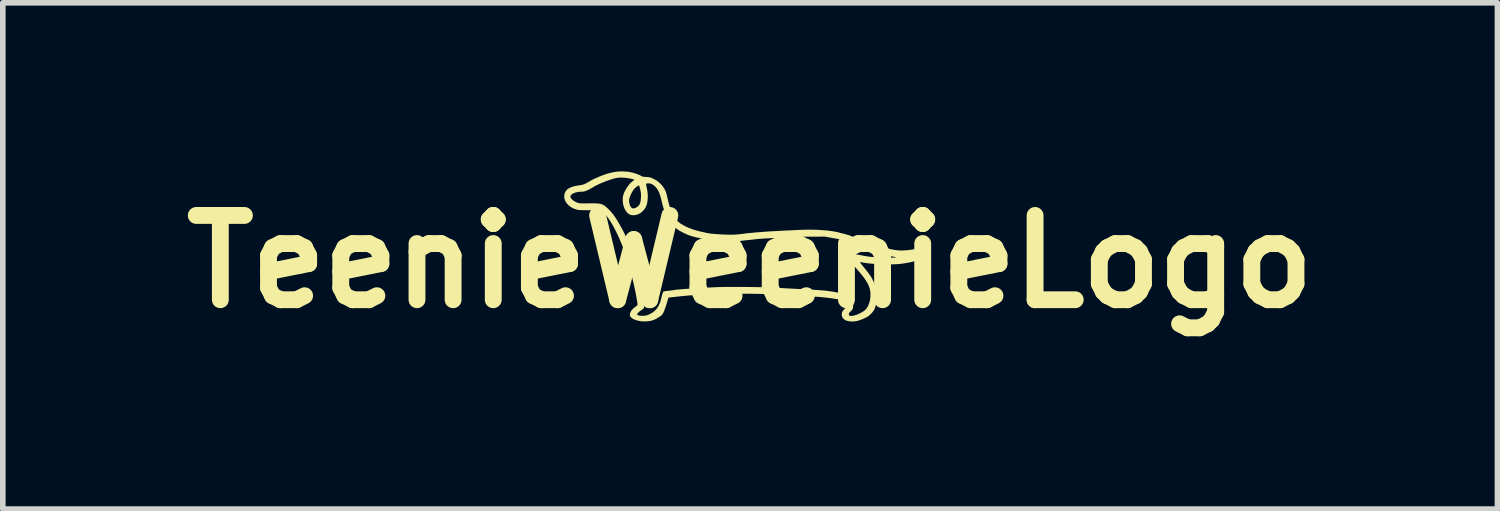
<source format=kicad_pcb>
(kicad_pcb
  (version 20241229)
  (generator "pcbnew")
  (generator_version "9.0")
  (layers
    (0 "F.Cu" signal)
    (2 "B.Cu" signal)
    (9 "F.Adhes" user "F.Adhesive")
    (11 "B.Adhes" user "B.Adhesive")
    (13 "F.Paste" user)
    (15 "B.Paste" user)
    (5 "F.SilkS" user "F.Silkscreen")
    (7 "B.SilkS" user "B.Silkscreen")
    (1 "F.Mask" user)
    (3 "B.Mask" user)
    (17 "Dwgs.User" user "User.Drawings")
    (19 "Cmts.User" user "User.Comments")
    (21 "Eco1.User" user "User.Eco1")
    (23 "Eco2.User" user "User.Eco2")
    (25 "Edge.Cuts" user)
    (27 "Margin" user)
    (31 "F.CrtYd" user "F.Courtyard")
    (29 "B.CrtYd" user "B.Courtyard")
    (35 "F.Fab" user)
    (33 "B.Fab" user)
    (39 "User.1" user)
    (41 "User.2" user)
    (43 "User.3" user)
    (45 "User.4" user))
  (footprint "TeenieWeenieLogo"
    (layer "F.Cu")
    (at 10.3 1.606)
    (property "Reference" "TeenieWeenieLogo" (at 0 0 0) (layer "F.SilkS") (effects (font (size 1.5 1.5) (thickness 0.3))))
    (attr board_only exclude_from_pos_files exclude_from_bom)
    (fp_poly (pts (xy -2.189 -1.601) (xy -2.186 -1.601) (xy -2.141 -1.594) (xy -2.093 -1.583) (xy -2.045 -1.569) (xy -2.001 -1.554) (xy -1.964 -1.539) (xy -1.943 -1.527) (xy -1.928 -1.518) (xy -1.912 -1.513) (xy -1.89 -1.509) (xy -1.859 -1.507) (xy -1.848 -1.506) (xy -1.814 -1.504) (xy -1.789 -1.5) (xy -1.766 -1.494) (xy -1.74 -1.483) (xy -1.718 -1.473) (xy -1.678 -1.451) (xy -1.643 -1.427) (xy -1.606 -1.395) (xy -1.599 -1.389) (xy -1.553 -1.338) (xy -1.519 -1.285) (xy -1.494 -1.226) (xy -1.483 -1.184) (xy -1.468 -1.117) (xy -1.454 -1.062) (xy -1.442 -1.016) (xy -1.43 -0.976) (xy -1.418 -0.94) (xy -1.404 -0.905) (xy -1.388 -0.868) (xy -1.37 -0.83) (xy -1.352 -0.795) (xy -1.335 -0.768) (xy -1.316 -0.744) (xy -1.29 -0.719) (xy -1.288 -0.717) (xy -1.234 -0.674) (xy -1.167 -0.635) (xy -1.089 -0.599) (xy -1.001 -0.567) (xy -0.904 -0.54) (xy -0.861 -0.53) (xy -0.831 -0.524) (xy -0.803 -0.517) (xy -0.783 -0.512) (xy -0.782 -0.512) (xy -0.749 -0.506) (xy -0.705 -0.499) (xy -0.651 -0.494) (xy -0.591 -0.489) (xy -0.527 -0.485) (xy -0.462 -0.482) (xy -0.398 -0.48) (xy -0.338 -0.479) (xy -0.284 -0.48) (xy -0.24 -0.483) (xy -0.235 -0.483) (xy -0.199 -0.487) (xy -0.166 -0.49) (xy -0.14 -0.493) (xy -0.125 -0.495) (xy -0.124 -0.495) (xy -0.091 -0.5) (xy -0.045 -0.506) (xy 0.011 -0.511) (xy 0.076 -0.517) (xy 0.148 -0.523) (xy 0.224 -0.529) (xy 0.304 -0.535) (xy 0.385 -0.54) (xy 0.465 -0.544) (xy 0.537 -0.548) (xy 0.593 -0.551) (xy 0.652 -0.554) (xy 0.709 -0.556) (xy 0.761 -0.559) (xy 0.804 -0.561) (xy 0.814 -0.562) (xy 0.938 -0.567) (xy 1.058 -0.569) (xy 1.174 -0.567) (xy 1.282 -0.561) (xy 1.382 -0.552) (xy 1.473 -0.54) (xy 1.552 -0.525) (xy 1.586 -0.516) (xy 1.615 -0.508) (xy 1.649 -0.5) (xy 1.673 -0.494) (xy 1.697 -0.488) (xy 1.732 -0.477) (xy 1.776 -0.462) (xy 1.827 -0.444) (xy 1.881 -0.425) (xy 1.938 -0.404) (xy 1.994 -0.382) (xy 2.047 -0.361) (xy 2.096 -0.342) (xy 2.13 -0.327) (xy 2.159 -0.316) (xy 2.2 -0.303) (xy 2.249 -0.288) (xy 2.303 -0.272) (xy 2.36 -0.257) (xy 2.418 -0.242) (xy 2.473 -0.228) (xy 2.523 -0.217) (xy 2.565 -0.209) (xy 2.577 -0.207) (xy 2.651 -0.199) (xy 2.733 -0.199) (xy 2.819 -0.205) (xy 2.906 -0.218) (xy 2.94 -0.225) (xy 2.993 -0.235) (xy 3.036 -0.239) (xy 3.069 -0.238) (xy 3.087 -0.233) (xy 3.103 -0.219) (xy 3.12 -0.196) (xy 3.132 -0.172) (xy 3.137 -0.15) (xy 3.131 -0.122) (xy 3.114 -0.094) (xy 3.091 -0.072) (xy 3.052 -0.051) (xy 3.001 -0.03) (xy 2.939 -0.011) (xy 2.868 0.007) (xy 2.791 0.023) (xy 2.707 0.036) (xy 2.678 0.04) (xy 2.618 0.045) (xy 2.549 0.048) (xy 2.473 0.049) (xy 2.393 0.049) (xy 2.312 0.046) (xy 2.232 0.042) (xy 2.155 0.036) (xy 2.085 0.029) (xy 2.024 0.02) (xy 1.974 0.01) (xy 1.972 0.01) (xy 1.961 0.008) (xy 1.958 0.011) (xy 1.961 0.02) (xy 1.973 0.036) (xy 1.993 0.062) (xy 2.038 0.118) (xy 2.076 0.165) (xy 2.106 0.205) (xy 2.131 0.24) (xy 2.152 0.272) (xy 2.17 0.302) (xy 2.185 0.332) (xy 2.201 0.365) (xy 2.208 0.381) (xy 2.226 0.426) (xy 2.239 0.464) (xy 2.247 0.503) (xy 2.25 0.525) (xy 2.254 0.556) (xy 2.256 0.582) (xy 2.257 0.607) (xy 2.256 0.635) (xy 2.252 0.668) (xy 2.247 0.71) (xy 2.244 0.733) (xy 2.234 0.787) (xy 2.22 0.831) (xy 2.201 0.869) (xy 2.173 0.905) (xy 2.151 0.929) (xy 2.127 0.953) (xy 2.103 0.972) (xy 2.075 0.989) (xy 2.038 1.007) (xy 2.033 1.009) (xy 1.972 1.035) (xy 1.918 1.053) (xy 1.868 1.063) (xy 1.817 1.066) (xy 1.794 1.065) (xy 1.74 1.058) (xy 1.696 1.043) (xy 1.662 1.019) (xy 1.64 0.989) (xy 1.63 0.953) (xy 1.632 0.913) (xy 1.641 0.89) (xy 1.662 0.862) (xy 1.676 0.846) (xy 1.714 0.806) (xy 1.714 0.759) (xy 1.714 0.732) (xy 1.711 0.717) (xy 1.705 0.708) (xy 1.701 0.705) (xy 1.68 0.697) (xy 1.647 0.688) (xy 1.604 0.679) (xy 1.553 0.669) (xy 1.496 0.66) (xy 1.435 0.651) (xy 1.371 0.643) (xy 1.308 0.636) (xy 1.246 0.63) (xy 1.189 0.626) (xy 1.184 0.626) (xy 1.132 0.623) (xy 1.072 0.619) (xy 1.01 0.616) (xy 0.954 0.613) (xy 0.939 0.612) (xy 0.809 0.605) (xy 0.676 0.597) (xy 0.545 0.59) (xy 0.422 0.584) (xy 0.398 0.583) (xy 0.284 0.578) (xy 0.159 0.574) (xy 0.026 0.572) (xy -0.111 0.571) (xy -0.25 0.571) (xy -0.389 0.572) (xy -0.523 0.574) (xy -0.651 0.578) (xy -0.77 0.583) (xy -0.846 0.587) (xy -0.872 0.588) (xy -0.908 0.591) (xy -0.95 0.593) (xy -0.996 0.596) (xy -1.024 0.598) (xy -1.073 0.601) (xy -1.131 0.606) (xy -1.193 0.612) (xy -1.253 0.618) (xy -1.297 0.623) (xy -1.342 0.628) (xy -1.382 0.632) (xy -1.415 0.636) (xy -1.438 0.639) (xy -1.451 0.64) (xy -1.452 0.64) (xy -1.458 0.646) (xy -1.458 0.649) (xy -1.46 0.663) (xy -1.467 0.687) (xy -1.476 0.719) (xy -1.488 0.756) (xy -1.5 0.794) (xy -1.513 0.831) (xy -1.525 0.864) (xy -1.535 0.89) (xy -1.54 0.9) (xy -1.552 0.924) (xy -1.564 0.942) (xy -1.578 0.957) (xy -1.599 0.972) (xy -1.622 0.988) (xy -1.679 1.022) (xy -1.733 1.045) (xy -1.789 1.058) (xy -1.85 1.064) (xy -1.853 1.064) (xy -1.9 1.064) (xy -1.944 1.061) (xy -1.973 1.056) (xy -2.026 1.043) (xy -2.069 1.027) (xy -2.102 1.007) (xy -2.114 0.997) (xy -2.131 0.98) (xy -2.139 0.965) (xy -2.141 0.945) (xy -2.141 0.942) (xy -2.134 0.909) (xy -2.115 0.873) (xy -2.084 0.838) (xy -2.051 0.811) (xy -2.029 0.795) (xy -2.013 0.781) (xy -2.004 0.772) (xy -2.004 0.772) (xy -2.004 0.762) (xy -2.006 0.74) (xy -2.011 0.708) (xy -2.018 0.668) (xy -2.026 0.623) (xy -2.035 0.573) (xy -2.045 0.522) (xy -2.056 0.471) (xy -2.066 0.423) (xy -2.069 0.413) (xy -2.097 0.292) (xy -2.127 0.177) (xy -2.157 0.068) (xy -2.186 -0.033) (xy -2.215 -0.124) (xy -2.243 -0.202) (xy -2.247 -0.213) (xy -2.294 -0.332) (xy -2.341 -0.44) (xy -2.388 -0.539) (xy -2.433 -0.627) (xy -2.478 -0.703) (xy -2.52 -0.767) (xy -2.561 -0.819) (xy -2.597 -0.855) (xy -2.618 -0.872) (xy -2.635 -0.886) (xy -2.651 -0.896) (xy -2.669 -0.903) (xy -2.689 -0.909) (xy -2.714 -0.912) (xy -2.747 -0.913) (xy -2.788 -0.914) (xy -2.842 -0.914) (xy -2.863 -0.914) (xy -2.933 -0.915) (xy -2.989 -0.916) (xy -3.033 -0.918) (xy -3.064 -0.921) (xy -3.08 -0.924) (xy -3.138 -0.943) (xy -3.19 -0.971) (xy -3.235 -1.006) (xy -3.27 -1.046) (xy -3.295 -1.09) (xy -3.308 -1.137) (xy -3.309 -1.16) (xy -3.309 -1.163) (xy -3.198 -1.163) (xy -3.197 -1.144) (xy -3.185 -1.123) (xy -3.163 -1.1) (xy -3.134 -1.079) (xy -3.102 -1.06) (xy -3.08 -1.051) (xy -3.065 -1.046) (xy -3.05 -1.042) (xy -3.034 -1.039) (xy -3.014 -1.037) (xy -2.989 -1.036) (xy -2.956 -1.036) (xy -2.912 -1.036) (xy -2.868 -1.037) (xy -2.803 -1.037) (xy -2.749 -1.037) (xy -2.705 -1.034) (xy -2.669 -1.029) (xy -2.639 -1.02) (xy -2.611 -1.008) (xy -2.584 -0.99) (xy -2.557 -0.967) (xy -2.525 -0.938) (xy -2.507 -0.92) (xy -2.478 -0.89) (xy -2.449 -0.855) (xy -2.419 -0.816) (xy -2.388 -0.769) (xy -2.354 -0.715) (xy -2.317 -0.651) (xy -2.275 -0.575) (xy -2.268 -0.562) (xy -2.227 -0.481) (xy -2.186 -0.388) (xy -2.145 -0.284) (xy -2.105 -0.172) (xy -2.067 -0.054) (xy -2.031 0.07) (xy -1.997 0.197) (xy -1.966 0.324) (xy -1.939 0.451) (xy -1.916 0.575) (xy -1.898 0.687) (xy -1.893 0.727) (xy -1.89 0.763) (xy -1.887 0.793) (xy -1.887 0.813) (xy -1.887 0.819) (xy -1.898 0.836) (xy -1.922 0.855) (xy -1.934 0.863) (xy -1.962 0.882) (xy -1.985 0.902) (xy -2.003 0.921) (xy -2.011 0.936) (xy -2.011 0.941) (xy -2 0.952) (xy -1.978 0.959) (xy -1.947 0.964) (xy -1.908 0.964) (xy -1.901 0.964) (xy -1.868 0.961) (xy -1.841 0.956) (xy -1.814 0.947) (xy -1.784 0.933) (xy -1.724 0.898) (xy -1.673 0.852) (xy -1.633 0.795) (xy -1.603 0.729) (xy -1.586 0.671) (xy -1.573 0.615) (xy -1.561 0.573) (xy -1.55 0.545) (xy -1.54 0.531) (xy -1.538 0.53) (xy -1.526 0.528) (xy -1.504 0.524) (xy -1.475 0.521) (xy -1.451 0.519) (xy -1.419 0.515) (xy -1.392 0.512) (xy -1.372 0.51) (xy -1.365 0.508) (xy -1.347 0.505) (xy -1.315 0.5) (xy -1.27 0.496) (xy -1.213 0.491) (xy -1.144 0.486) (xy -1.064 0.48) (xy -0.975 0.475) (xy -0.875 0.469) (xy -0.767 0.463) (xy -0.65 0.457) (xy -0.594 0.454) (xy -0.542 0.453) (xy -0.479 0.451) (xy -0.405 0.45) (xy -0.324 0.45) (xy -0.237 0.45) (xy -0.146 0.45) (xy -0.054 0.451) (xy 0.038 0.452) (xy 0.127 0.454) (xy 0.211 0.455) (xy 0.289 0.458) (xy 0.357 0.46) (xy 0.398 0.462) (xy 0.439 0.464) (xy 0.491 0.467) (xy 0.551 0.47) (xy 0.618 0.474) (xy 0.687 0.478) (xy 0.757 0.481) (xy 0.807 0.484) (xy 0.903 0.489) (xy 0.986 0.494) (xy 1.058 0.498) (xy 1.119 0.501) (xy 1.17 0.504) (xy 1.214 0.507) (xy 1.25 0.509) (xy 1.281 0.512) (xy 1.308 0.514) (xy 1.332 0.516) (xy 1.353 0.519) (xy 1.374 0.521) (xy 1.396 0.524) (xy 1.409 0.526) (xy 1.458 0.533) (xy 1.511 0.542) (xy 1.566 0.552) (xy 1.62 0.563) (xy 1.67 0.574) (xy 1.712 0.584) (xy 1.744 0.592) (xy 1.751 0.594) (xy 1.784 0.61) (xy 1.807 0.633) (xy 1.823 0.667) (xy 1.825 0.672) (xy 1.831 0.7) (xy 1.834 0.735) (xy 1.835 0.772) (xy 1.833 0.806) (xy 1.829 0.832) (xy 1.828 0.837) (xy 1.818 0.853) (xy 1.801 0.873) (xy 1.789 0.885) (xy 1.766 0.908) (xy 1.756 0.931) (xy 1.759 0.95) (xy 1.765 0.959) (xy 1.782 0.966) (xy 1.809 0.967) (xy 1.842 0.961) (xy 1.881 0.95) (xy 1.923 0.935) (xy 1.964 0.915) (xy 2.004 0.892) (xy 2.04 0.868) (xy 2.041 0.866) (xy 2.073 0.833) (xy 2.099 0.789) (xy 2.12 0.737) (xy 2.134 0.679) (xy 2.141 0.618) (xy 2.141 0.557) (xy 2.133 0.498) (xy 2.126 0.473) (xy 2.104 0.413) (xy 2.07 0.352) (xy 2.04 0.306) (xy 2.02 0.279) (xy 1.992 0.244) (xy 1.959 0.203) (xy 1.922 0.159) (xy 1.884 0.115) (xy 1.847 0.072) (xy 1.813 0.034) (xy 1.791 0.01) (xy 1.767 -0.016) (xy 1.748 -0.039) (xy 1.734 -0.056) (xy 1.728 -0.067) (xy 1.728 -0.067) (xy 1.735 -0.091) (xy 1.75 -0.113) (xy 1.771 -0.127) (xy 1.772 -0.127) (xy 1.8 -0.133) (xy 1.836 -0.134) (xy 1.882 -0.13) (xy 1.936 -0.121) (xy 2.001 -0.108) (xy 2.057 -0.098) (xy 2.106 -0.09) (xy 2.152 -0.084) (xy 2.199 -0.08) (xy 2.25 -0.077) (xy 2.307 -0.075) (xy 2.374 -0.073) (xy 2.393 -0.073) (xy 2.458 -0.072) (xy 2.512 -0.072) (xy 2.552 -0.072) (xy 2.579 -0.073) (xy 2.592 -0.075) (xy 2.594 -0.077) (xy 2.585 -0.081) (xy 2.566 -0.086) (xy 2.552 -0.088) (xy 2.518 -0.094) (xy 2.473 -0.104) (xy 2.417 -0.117) (xy 2.353 -0.133) (xy 2.282 -0.152) (xy 2.262 -0.158) (xy 2.208 -0.173) (xy 2.153 -0.191) (xy 2.093 -0.212) (xy 2.028 -0.237) (xy 1.955 -0.267) (xy 1.871 -0.301) (xy 1.859 -0.306) (xy 1.8 -0.331) (xy 1.75 -0.351) (xy 1.705 -0.367) (xy 1.662 -0.38) (xy 1.618 -0.391) (xy 1.568 -0.402) (xy 1.509 -0.413) (xy 1.479 -0.418) (xy 1.327 -0.445) (xy 1.078 -0.444) (xy 1.013 -0.444) (xy 0.946 -0.443) (xy 0.882 -0.442) (xy 0.821 -0.44) (xy 0.768 -0.439) (xy 0.725 -0.436) (xy 0.708 -0.435) (xy 0.663 -0.432) (xy 0.608 -0.429) (xy 0.548 -0.426) (xy 0.486 -0.423) (xy 0.428 -0.42) (xy 0.42 -0.419) (xy 0.36 -0.417) (xy 0.31 -0.414) (xy 0.267 -0.412) (xy 0.229 -0.41) (xy 0.193 -0.407) (xy 0.155 -0.404) (xy 0.113 -0.4) (xy 0.065 -0.395) (xy 0.007 -0.388) (xy -0.032 -0.384) (xy -0.064 -0.381) (xy -0.105 -0.376) (xy -0.15 -0.371) (xy -0.194 -0.366) (xy -0.199 -0.366) (xy -0.319 -0.358) (xy -0.448 -0.359) (xy -0.586 -0.369) (xy -0.733 -0.389) (xy -0.772 -0.396) (xy -0.846 -0.409) (xy -0.908 -0.421) (xy -0.961 -0.432) (xy -1.007 -0.444) (xy -1.049 -0.456) (xy -1.088 -0.469) (xy -1.127 -0.485) (xy -1.168 -0.504) (xy -1.192 -0.515) (xy -1.275 -0.561) (xy -1.345 -0.613) (xy -1.403 -0.671) (xy -1.444 -0.728) (xy -1.486 -0.807) (xy -1.523 -0.896) (xy -1.554 -0.991) (xy -1.575 -1.078) (xy -1.594 -1.154) (xy -1.615 -1.219) (xy -1.64 -1.272) (xy -1.67 -1.315) (xy -1.705 -1.35) (xy -1.746 -1.378) (xy -1.755 -1.383) (xy -1.788 -1.392) (xy -1.816 -1.393) (xy -1.832 -1.392) (xy -1.843 -1.39) (xy -1.849 -1.384) (xy -1.851 -1.373) (xy -1.848 -1.353) (xy -1.842 -1.324) (xy -1.836 -1.298) (xy -1.825 -1.229) (xy -1.821 -1.159) (xy -1.825 -1.088) (xy -1.836 -1.026) (xy -1.855 -0.974) (xy -1.884 -0.928) (xy -1.911 -0.899) (xy -1.955 -0.862) (xy -2.001 -0.839) (xy -2.05 -0.827) (xy -2.06 -0.826) (xy -2.105 -0.827) (xy -2.141 -0.837) (xy -2.173 -0.858) (xy -2.187 -0.87) (xy -2.22 -0.913) (xy -2.245 -0.965) (xy -2.261 -1.023) (xy -2.268 -1.083) (xy -2.155 -1.083) (xy -2.152 -1.051) (xy -2.144 -1.018) (xy -2.132 -0.987) (xy -2.118 -0.965) (xy -2.116 -0.963) (xy -2.092 -0.948) (xy -2.064 -0.947) (xy -2.031 -0.96) (xy -2.016 -0.969) (xy -1.988 -0.992) (xy -1.968 -1.018) (xy -1.955 -1.05) (xy -1.947 -1.091) (xy -1.943 -1.14) (xy -1.942 -1.184) (xy -1.944 -1.221) (xy -1.95 -1.256) (xy -1.956 -1.284) (xy -1.963 -1.313) (xy -1.97 -1.337) (xy -1.975 -1.351) (xy -1.977 -1.355) (xy -1.987 -1.353) (xy -2.003 -1.345) (xy -2.023 -1.331) (xy -2.043 -1.315) (xy -2.06 -1.299) (xy -2.065 -1.294) (xy -2.095 -1.249) (xy -2.12 -1.202) (xy -2.139 -1.156) (xy -2.152 -1.114) (xy -2.155 -1.083) (xy -2.268 -1.083) (xy -2.268 -1.084) (xy -2.266 -1.145) (xy -2.252 -1.203) (xy -2.245 -1.222) (xy -2.223 -1.268) (xy -2.195 -1.315) (xy -2.163 -1.36) (xy -2.131 -1.397) (xy -2.104 -1.421) (xy -2.084 -1.437) (xy -2.07 -1.45) (xy -2.063 -1.458) (xy -2.063 -1.458) (xy -2.069 -1.463) (xy -2.087 -1.468) (xy -2.114 -1.474) (xy -2.146 -1.48) (xy -2.181 -1.486) (xy -2.216 -1.491) (xy -2.243 -1.494) (xy -2.281 -1.495) (xy -2.32 -1.495) (xy -2.353 -1.493) (xy -2.358 -1.492) (xy -2.399 -1.484) (xy -2.449 -1.471) (xy -2.505 -1.453) (xy -2.565 -1.431) (xy -2.625 -1.408) (xy -2.683 -1.383) (xy -2.735 -1.358) (xy -2.777 -1.335) (xy -2.828 -1.305) (xy -2.87 -1.282) (xy -2.904 -1.266) (xy -2.932 -1.255) (xy -2.958 -1.248) (xy -2.982 -1.245) (xy -2.998 -1.245) (xy -3.049 -1.242) (xy -3.095 -1.233) (xy -3.135 -1.221) (xy -3.166 -1.204) (xy -3.188 -1.185) (xy -3.198 -1.163) (xy -3.309 -1.163) (xy -3.303 -1.208) (xy -3.285 -1.249) (xy -3.256 -1.284) (xy -3.214 -1.312) (xy -3.159 -1.334) (xy -3.093 -1.35) (xy -3.033 -1.359) (xy -2.979 -1.369) (xy -2.927 -1.389) (xy -2.872 -1.419) (xy -2.862 -1.426) (xy -2.844 -1.437) (xy -2.817 -1.452) (xy -2.786 -1.468) (xy -2.771 -1.475) (xy -2.661 -1.523) (xy -2.559 -1.56) (xy -2.462 -1.586) (xy -2.369 -1.602) (xy -2.278 -1.606)) (stroke (width 0) (type solid)) (fill yes) (layer "F.SilkS")))
  (gr_rect
    (start -3 -3)
    (end 23.6 6.01)
    (stroke (width 0.1) (type default))
    (fill no)
    (layer "Edge.Cuts")))
</source>
